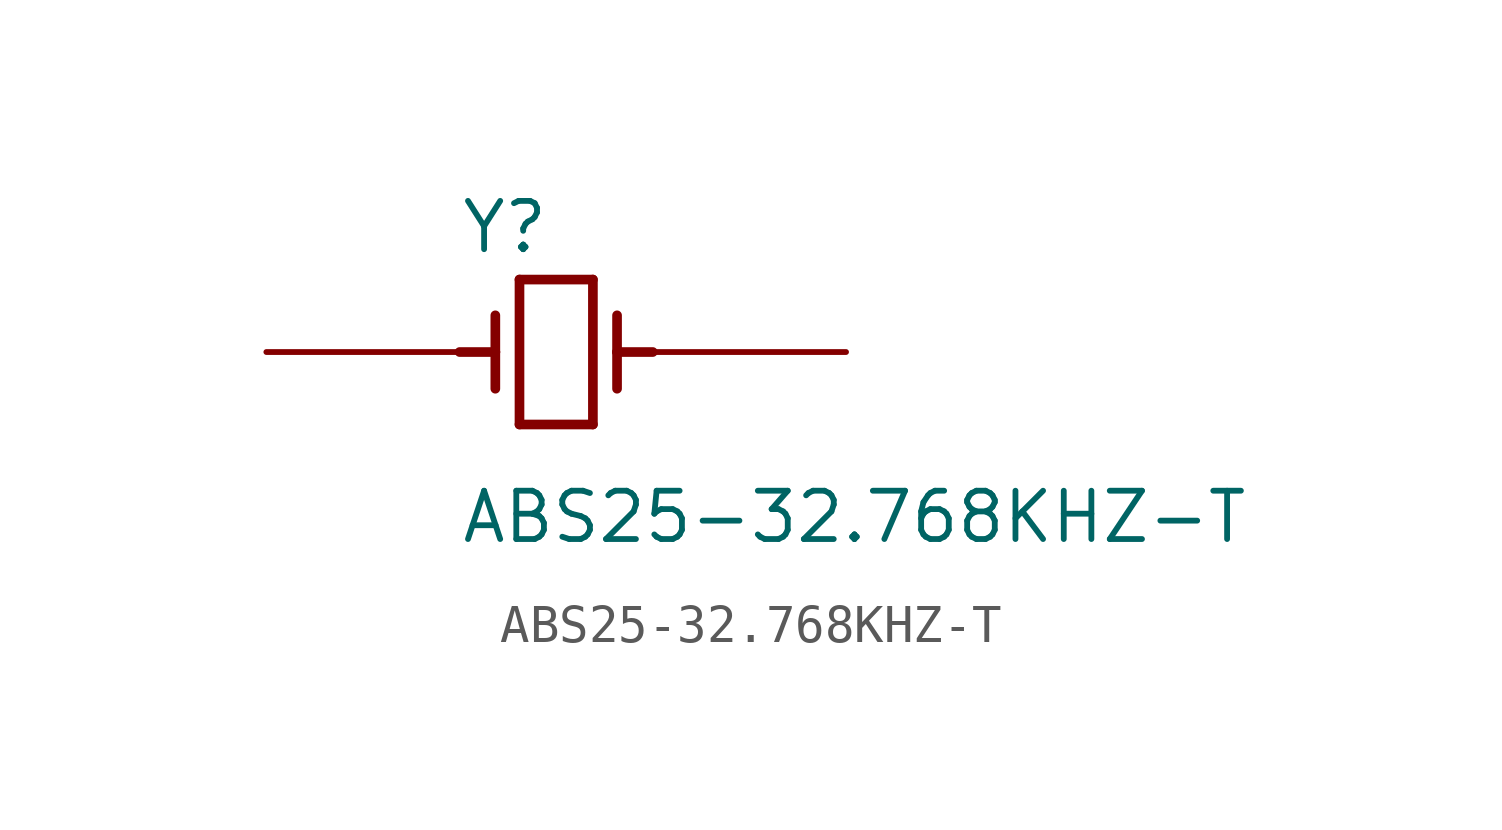
<source format=kicad_sym>
(kicad_symbol_lib
  (version 20220914)
  (generator kicad_symbol_editor)
  (symbol "ABS25-32.768KHZ-T"
    (pin_numbers hide)
    (pin_names
      (offset 1.016) hide)
    (property "Reference" "Y"
      (at -2.54 2.54 0)
      (effects (font (size 1.27 1.27)) (justify left bottom)))
    (property "Value" "ABS25-32.768KHZ-T"
      (at -2.54 -5.08 0)
      (effects (font (size 1.27 1.27)) (justify left bottom)))
    (property "ki_locked" ""
      (at 0 0 0)
      (effects (font (size 1.27 1.27))))
    (symbol "ABS25-32.768KHZ-T_0_0"
      (polyline (pts (xy -1.6 0) (xy -2.54 0)) (stroke (width 0.254) (type solid)) (fill (type none)))
      (polyline (pts (xy -1.6 0) (xy -1.6 -0.965)) (stroke (width 0.254) (type solid)) (fill (type none)))
      (polyline (pts (xy -1.6 0.965) (xy -1.6 0)) (stroke (width 0.254) (type solid)) (fill (type none)))
      (polyline (pts (xy -0.965 -1.905) (xy -0.965 1.905)) (stroke (width 0.254) (type solid)) (fill (type none)))
      (polyline (pts (xy -0.965 1.905) (xy 0.965 1.905)) (stroke (width 0.254) (type solid)) (fill (type none)))
      (polyline (pts (xy 0.965 -1.905) (xy -0.965 -1.905)) (stroke (width 0.254) (type solid)) (fill (type none)))
      (polyline (pts (xy 0.965 1.905) (xy 0.965 -1.905)) (stroke (width 0.254) (type solid)) (fill (type none)))
      (polyline (pts (xy 1.6 0) (xy 1.6 -0.965)) (stroke (width 0.254) (type solid)) (fill (type none)))
      (polyline (pts (xy 1.6 0) (xy 2.54 0)) (stroke (width 0.254) (type solid)) (fill (type none)))
      (polyline (pts (xy 1.6 0.965) (xy 1.6 0)) (stroke (width 0.254) (type solid)) (fill (type none)))
      (pin passive line (at -7.62 0 0) (length 5.08) (name "1" (effects (font (size 1.016 1.016)))) (number "1" (effects (font (size 1.016 1.016)))))
      (pin passive line (at 7.62 0 180) (length 5.08) (name "4" (effects (font (size 1.016 1.016)))) (number "4" (effects (font (size 1.016 1.016))))))))
</source>
